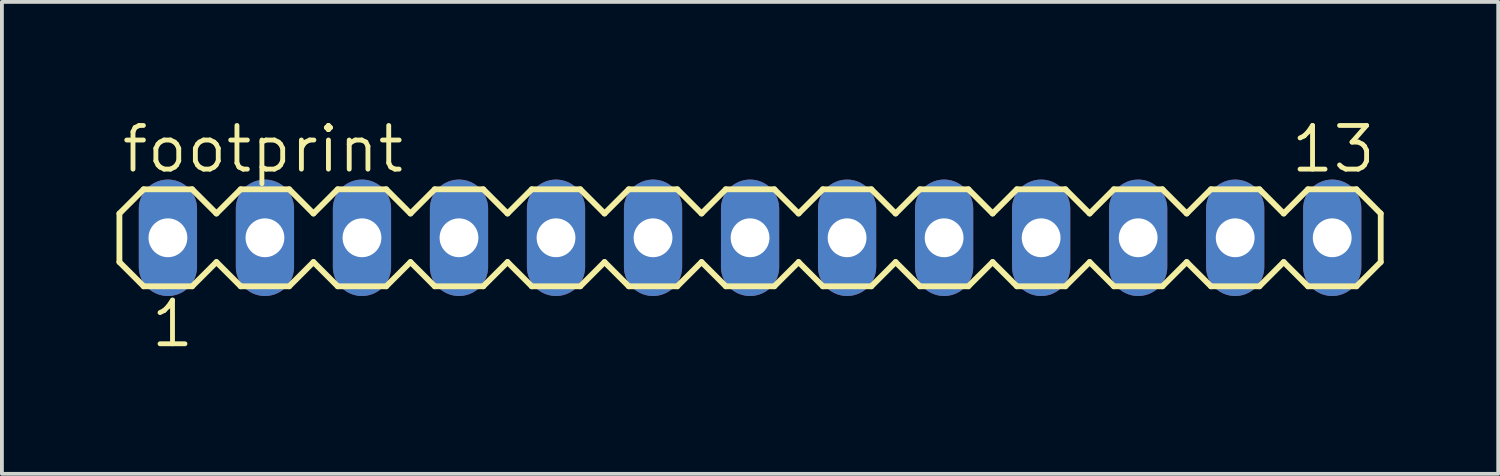
<source format=kicad_pcb>
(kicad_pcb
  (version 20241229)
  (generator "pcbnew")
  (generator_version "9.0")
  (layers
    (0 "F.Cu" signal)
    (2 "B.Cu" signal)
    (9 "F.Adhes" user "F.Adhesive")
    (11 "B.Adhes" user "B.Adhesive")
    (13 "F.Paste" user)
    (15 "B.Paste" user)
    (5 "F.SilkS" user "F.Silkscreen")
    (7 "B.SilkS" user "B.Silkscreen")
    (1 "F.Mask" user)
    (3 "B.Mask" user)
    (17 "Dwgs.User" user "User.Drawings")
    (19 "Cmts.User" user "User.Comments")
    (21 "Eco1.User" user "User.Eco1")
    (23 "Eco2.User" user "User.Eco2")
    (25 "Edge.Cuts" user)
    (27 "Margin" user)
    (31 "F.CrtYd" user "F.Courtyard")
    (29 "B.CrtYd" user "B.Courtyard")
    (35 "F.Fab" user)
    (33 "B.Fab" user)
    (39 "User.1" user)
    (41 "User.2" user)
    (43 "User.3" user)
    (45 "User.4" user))
  (footprint "footprint"
    (layer "F.Cu")
    (at 16.586 3.175)
    (property "Reference" "footprint" (at -16.51 -1.651 0) (layer "F.SilkS") (effects (font (size 1.143 1.143) (thickness 0.127)) (justify left bottom)))
    (fp_line (start -16.51 -0.635) (end -16.51 0.635) (stroke (width 0.152) (type solid)) (layer "F.SilkS"))
    (fp_line (start -16.51 0.635) (end -15.875 1.27) (stroke (width 0.152) (type solid)) (layer "F.SilkS"))
    (fp_line (start -15.875 -1.27) (end -16.51 -0.635) (stroke (width 0.152) (type solid)) (layer "F.SilkS"))
    (fp_line (start -15.875 -1.27) (end -14.605 -1.27) (stroke (width 0.152) (type solid)) (layer "F.SilkS"))
    (fp_line (start -14.605 -1.27) (end -13.97 -0.635) (stroke (width 0.152) (type solid)) (layer "F.SilkS"))
    (fp_line (start -14.605 1.27) (end -15.875 1.27) (stroke (width 0.152) (type solid)) (layer "F.SilkS"))
    (fp_line (start -13.97 -0.635) (end -13.335 -1.27) (stroke (width 0.152) (type solid)) (layer "F.SilkS"))
    (fp_line (start -13.97 0.635) (end -14.605 1.27) (stroke (width 0.152) (type solid)) (layer "F.SilkS"))
    (fp_line (start -13.335 -1.27) (end -12.065 -1.27) (stroke (width 0.152) (type solid)) (layer "F.SilkS"))
    (fp_line (start -13.335 1.27) (end -13.97 0.635) (stroke (width 0.152) (type solid)) (layer "F.SilkS"))
    (fp_line (start -12.065 -1.27) (end -11.43 -0.635) (stroke (width 0.152) (type solid)) (layer "F.SilkS"))
    (fp_line (start -12.065 1.27) (end -13.335 1.27) (stroke (width 0.152) (type solid)) (layer "F.SilkS"))
    (fp_line (start -11.43 -0.635) (end -10.795 -1.27) (stroke (width 0.152) (type solid)) (layer "F.SilkS"))
    (fp_line (start -11.43 0.635) (end -12.065 1.27) (stroke (width 0.152) (type solid)) (layer "F.SilkS"))
    (fp_line (start -10.795 -1.27) (end -9.525 -1.27) (stroke (width 0.152) (type solid)) (layer "F.SilkS"))
    (fp_line (start -10.795 1.27) (end -11.43 0.635) (stroke (width 0.152) (type solid)) (layer "F.SilkS"))
    (fp_line (start -9.525 -1.27) (end -8.89 -0.635) (stroke (width 0.152) (type solid)) (layer "F.SilkS"))
    (fp_line (start -9.525 1.27) (end -10.795 1.27) (stroke (width 0.152) (type solid)) (layer "F.SilkS"))
    (fp_line (start -8.89 0.635) (end -9.525 1.27) (stroke (width 0.152) (type solid)) (layer "F.SilkS"))
    (fp_line (start -8.89 0.635) (end -8.255 1.27) (stroke (width 0.152) (type solid)) (layer "F.SilkS"))
    (fp_line (start -8.255 -1.27) (end -8.89 -0.635) (stroke (width 0.152) (type solid)) (layer "F.SilkS"))
    (fp_line (start -8.255 -1.27) (end -6.985 -1.27) (stroke (width 0.152) (type solid)) (layer "F.SilkS"))
    (fp_line (start -6.985 -1.27) (end -6.35 -0.635) (stroke (width 0.152) (type solid)) (layer "F.SilkS"))
    (fp_line (start -6.985 1.27) (end -8.255 1.27) (stroke (width 0.152) (type solid)) (layer "F.SilkS"))
    (fp_line (start -6.35 -0.635) (end -5.715 -1.27) (stroke (width 0.152) (type solid)) (layer "F.SilkS"))
    (fp_line (start -6.35 0.635) (end -6.985 1.27) (stroke (width 0.152) (type solid)) (layer "F.SilkS"))
    (fp_line (start -5.715 -1.27) (end -4.445 -1.27) (stroke (width 0.152) (type solid)) (layer "F.SilkS"))
    (fp_line (start -5.715 1.27) (end -6.35 0.635) (stroke (width 0.152) (type solid)) (layer "F.SilkS"))
    (fp_line (start -4.445 -1.27) (end -3.81 -0.635) (stroke (width 0.152) (type solid)) (layer "F.SilkS"))
    (fp_line (start -4.445 1.27) (end -5.715 1.27) (stroke (width 0.152) (type solid)) (layer "F.SilkS"))
    (fp_line (start -3.81 -0.635) (end -3.175 -1.27) (stroke (width 0.152) (type solid)) (layer "F.SilkS"))
    (fp_line (start -3.81 0.635) (end -4.445 1.27) (stroke (width 0.152) (type solid)) (layer "F.SilkS"))
    (fp_line (start -3.175 -1.27) (end -1.905 -1.27) (stroke (width 0.152) (type solid)) (layer "F.SilkS"))
    (fp_line (start -3.175 1.27) (end -3.81 0.635) (stroke (width 0.152) (type solid)) (layer "F.SilkS"))
    (fp_line (start -1.905 -1.27) (end -1.27 -0.635) (stroke (width 0.152) (type solid)) (layer "F.SilkS"))
    (fp_line (start -1.905 1.27) (end -3.175 1.27) (stroke (width 0.152) (type solid)) (layer "F.SilkS"))
    (fp_line (start -1.27 0.635) (end -1.905 1.27) (stroke (width 0.152) (type solid)) (layer "F.SilkS"))
    (fp_line (start -1.27 0.635) (end -0.635 1.27) (stroke (width 0.152) (type solid)) (layer "F.SilkS"))
    (fp_line (start -0.635 -1.27) (end -1.27 -0.635) (stroke (width 0.152) (type solid)) (layer "F.SilkS"))
    (fp_line (start -0.635 -1.27) (end 0.635 -1.27) (stroke (width 0.152) (type solid)) (layer "F.SilkS"))
    (fp_line (start 0.635 -1.27) (end 1.27 -0.635) (stroke (width 0.152) (type solid)) (layer "F.SilkS"))
    (fp_line (start 0.635 1.27) (end -0.635 1.27) (stroke (width 0.152) (type solid)) (layer "F.SilkS"))
    (fp_line (start 1.27 -0.635) (end 1.905 -1.27) (stroke (width 0.152) (type solid)) (layer "F.SilkS"))
    (fp_line (start 1.27 0.635) (end 0.635 1.27) (stroke (width 0.152) (type solid)) (layer "F.SilkS"))
    (fp_line (start 1.905 -1.27) (end 3.175 -1.27) (stroke (width 0.152) (type solid)) (layer "F.SilkS"))
    (fp_line (start 1.905 1.27) (end 1.27 0.635) (stroke (width 0.152) (type solid)) (layer "F.SilkS"))
    (fp_line (start 3.175 -1.27) (end 3.81 -0.635) (stroke (width 0.152) (type solid)) (layer "F.SilkS"))
    (fp_line (start 3.175 1.27) (end 1.905 1.27) (stroke (width 0.152) (type solid)) (layer "F.SilkS"))
    (fp_line (start 3.81 -0.635) (end 4.445 -1.27) (stroke (width 0.152) (type solid)) (layer "F.SilkS"))
    (fp_line (start 3.81 0.635) (end 3.175 1.27) (stroke (width 0.152) (type solid)) (layer "F.SilkS"))
    (fp_line (start 4.445 -1.27) (end 5.715 -1.27) (stroke (width 0.152) (type solid)) (layer "F.SilkS"))
    (fp_line (start 4.445 1.27) (end 3.81 0.635) (stroke (width 0.152) (type solid)) (layer "F.SilkS"))
    (fp_line (start 5.715 -1.27) (end 6.35 -0.635) (stroke (width 0.152) (type solid)) (layer "F.SilkS"))
    (fp_line (start 5.715 1.27) (end 4.445 1.27) (stroke (width 0.152) (type solid)) (layer "F.SilkS"))
    (fp_line (start 6.35 0.635) (end 5.715 1.27) (stroke (width 0.152) (type solid)) (layer "F.SilkS"))
    (fp_line (start 6.35 0.635) (end 6.985 1.27) (stroke (width 0.152) (type solid)) (layer "F.SilkS"))
    (fp_line (start 6.985 -1.27) (end 6.35 -0.635) (stroke (width 0.152) (type solid)) (layer "F.SilkS"))
    (fp_line (start 6.985 -1.27) (end 8.255 -1.27) (stroke (width 0.152) (type solid)) (layer "F.SilkS"))
    (fp_line (start 8.255 -1.27) (end 8.89 -0.635) (stroke (width 0.152) (type solid)) (layer "F.SilkS"))
    (fp_line (start 8.255 1.27) (end 6.985 1.27) (stroke (width 0.152) (type solid)) (layer "F.SilkS"))
    (fp_line (start 8.89 -0.635) (end 9.525 -1.27) (stroke (width 0.152) (type solid)) (layer "F.SilkS"))
    (fp_line (start 8.89 0.635) (end 8.255 1.27) (stroke (width 0.152) (type solid)) (layer "F.SilkS"))
    (fp_line (start 9.525 -1.27) (end 10.795 -1.27) (stroke (width 0.152) (type solid)) (layer "F.SilkS"))
    (fp_line (start 9.525 1.27) (end 8.89 0.635) (stroke (width 0.152) (type solid)) (layer "F.SilkS"))
    (fp_line (start 10.795 -1.27) (end 11.43 -0.635) (stroke (width 0.152) (type solid)) (layer "F.SilkS"))
    (fp_line (start 10.795 1.27) (end 9.525 1.27) (stroke (width 0.152) (type solid)) (layer "F.SilkS"))
    (fp_line (start 11.43 -0.635) (end 12.065 -1.27) (stroke (width 0.152) (type solid)) (layer "F.SilkS"))
    (fp_line (start 11.43 0.635) (end 10.795 1.27) (stroke (width 0.152) (type solid)) (layer "F.SilkS"))
    (fp_line (start 12.065 -1.27) (end 13.335 -1.27) (stroke (width 0.152) (type solid)) (layer "F.SilkS"))
    (fp_line (start 12.065 1.27) (end 11.43 0.635) (stroke (width 0.152) (type solid)) (layer "F.SilkS"))
    (fp_line (start 13.335 -1.27) (end 13.97 -0.635) (stroke (width 0.152) (type solid)) (layer "F.SilkS"))
    (fp_line (start 13.335 1.27) (end 12.065 1.27) (stroke (width 0.152) (type solid)) (layer "F.SilkS"))
    (fp_line (start 13.97 -0.635) (end 14.605 -1.27) (stroke (width 0.152) (type solid)) (layer "F.SilkS"))
    (fp_line (start 13.97 0.635) (end 13.335 1.27) (stroke (width 0.152) (type solid)) (layer "F.SilkS"))
    (fp_line (start 14.605 -1.27) (end 15.875 -1.27) (stroke (width 0.152) (type solid)) (layer "F.SilkS"))
    (fp_line (start 14.605 1.27) (end 13.97 0.635) (stroke (width 0.152) (type solid)) (layer "F.SilkS"))
    (fp_line (start 15.875 -1.27) (end 16.51 -0.635) (stroke (width 0.152) (type solid)) (layer "F.SilkS"))
    (fp_line (start 15.875 1.27) (end 14.605 1.27) (stroke (width 0.152) (type solid)) (layer "F.SilkS"))
    (fp_line (start 16.51 -0.635) (end 16.51 0.635) (stroke (width 0.152) (type solid)) (layer "F.SilkS"))
    (fp_line (start 16.51 0.635) (end 15.875 1.27) (stroke (width 0.152) (type solid)) (layer "F.SilkS"))
    (fp_poly (pts (xy -15.494 0.254) (xy -14.986 0.254) (xy -14.986 -0.254) (xy -15.494 -0.254)) (stroke (width 0.1) (type solid)) (fill no) (layer "F.Fab"))
    (fp_poly (pts (xy -12.954 0.254) (xy -12.446 0.254) (xy -12.446 -0.254) (xy -12.954 -0.254)) (stroke (width 0.1) (type solid)) (fill no) (layer "F.Fab"))
    (fp_poly (pts (xy -10.414 0.254) (xy -9.906 0.254) (xy -9.906 -0.254) (xy -10.414 -0.254)) (stroke (width 0.1) (type solid)) (fill no) (layer "F.Fab"))
    (fp_poly (pts (xy -7.874 0.254) (xy -7.366 0.254) (xy -7.366 -0.254) (xy -7.874 -0.254)) (stroke (width 0.1) (type solid)) (fill no) (layer "F.Fab"))
    (fp_poly (pts (xy -5.334 0.254) (xy -4.826 0.254) (xy -4.826 -0.254) (xy -5.334 -0.254)) (stroke (width 0.1) (type solid)) (fill no) (layer "F.Fab"))
    (fp_poly (pts (xy -2.794 0.254) (xy -2.286 0.254) (xy -2.286 -0.254) (xy -2.794 -0.254)) (stroke (width 0.1) (type solid)) (fill no) (layer "F.Fab"))
    (fp_poly (pts (xy -0.254 0.254) (xy 0.254 0.254) (xy 0.254 -0.254) (xy -0.254 -0.254)) (stroke (width 0.1) (type solid)) (fill no) (layer "F.Fab"))
    (fp_poly (pts (xy 2.286 0.254) (xy 2.794 0.254) (xy 2.794 -0.254) (xy 2.286 -0.254)) (stroke (width 0.1) (type solid)) (fill no) (layer "F.Fab"))
    (fp_poly (pts (xy 4.826 0.254) (xy 5.334 0.254) (xy 5.334 -0.254) (xy 4.826 -0.254)) (stroke (width 0.1) (type solid)) (fill no) (layer "F.Fab"))
    (fp_poly (pts (xy 7.366 0.254) (xy 7.874 0.254) (xy 7.874 -0.254) (xy 7.366 -0.254)) (stroke (width 0.1) (type solid)) (fill no) (layer "F.Fab"))
    (fp_poly (pts (xy 9.906 0.254) (xy 10.414 0.254) (xy 10.414 -0.254) (xy 9.906 -0.254)) (stroke (width 0.1) (type solid)) (fill no) (layer "F.Fab"))
    (fp_poly (pts (xy 12.446 0.254) (xy 12.954 0.254) (xy 12.954 -0.254) (xy 12.446 -0.254)) (stroke (width 0.1) (type solid)) (fill no) (layer "F.Fab"))
    (fp_poly (pts (xy 14.986 0.254) (xy 15.494 0.254) (xy 15.494 -0.254) (xy 14.986 -0.254)) (stroke (width 0.1) (type solid)) (fill no) (layer "F.Fab"))
    (fp_text user "13" (at 14.097 -1.651 0) (layer "F.SilkS") (effects (font (size 1.143 1.143) (thickness 0.127)) (justify left bottom)))
    (fp_text user "1" (at -15.748 2.921 0) (layer "F.SilkS") (effects (font (size 1.143 1.143) (thickness 0.127)) (justify left bottom)))
    (pad "1" thru_hole oval (at -15.24 0 90) (size 3.048 1.524) (drill 1.016) (layers "*.Cu" "*.Mask"))
    (pad "2" thru_hole oval (at -12.7 0 90) (size 3.048 1.524) (drill 1.016) (layers "*.Cu" "*.Mask"))
    (pad "3" thru_hole oval (at -10.16 0 90) (size 3.048 1.524) (drill 1.016) (layers "*.Cu" "*.Mask"))
    (pad "4" thru_hole oval (at -7.62 0 90) (size 3.048 1.524) (drill 1.016) (layers "*.Cu" "*.Mask"))
    (pad "5" thru_hole oval (at -5.08 0 90) (size 3.048 1.524) (drill 1.016) (layers "*.Cu" "*.Mask"))
    (pad "6" thru_hole oval (at -2.54 0 90) (size 3.048 1.524) (drill 1.016) (layers "*.Cu" "*.Mask"))
    (pad "7" thru_hole oval (at 0 0 90) (size 3.048 1.524) (drill 1.016) (layers "*.Cu" "*.Mask"))
    (pad "8" thru_hole oval (at 2.54 0 90) (size 3.048 1.524) (drill 1.016) (layers "*.Cu" "*.Mask"))
    (pad "9" thru_hole oval (at 5.08 0 90) (size 3.048 1.524) (drill 1.016) (layers "*.Cu" "*.Mask"))
    (pad "10" thru_hole oval (at 7.62 0 90) (size 3.048 1.524) (drill 1.016) (layers "*.Cu" "*.Mask"))
    (pad "11" thru_hole oval (at 10.16 0 90) (size 3.048 1.524) (drill 1.016) (layers "*.Cu" "*.Mask"))
    (pad "12" thru_hole oval (at 12.7 0 90) (size 3.048 1.524) (drill 1.016) (layers "*.Cu" "*.Mask"))
    (pad "13" thru_hole oval (at 15.24 0 90) (size 3.048 1.524) (drill 1.016) (layers "*.Cu" "*.Mask")))
  (gr_rect
    (start -3 -3)
    (end 36.172 9.355)
    (stroke (width 0.1) (type default))
    (fill no)
    (layer "Edge.Cuts")))
</source>
